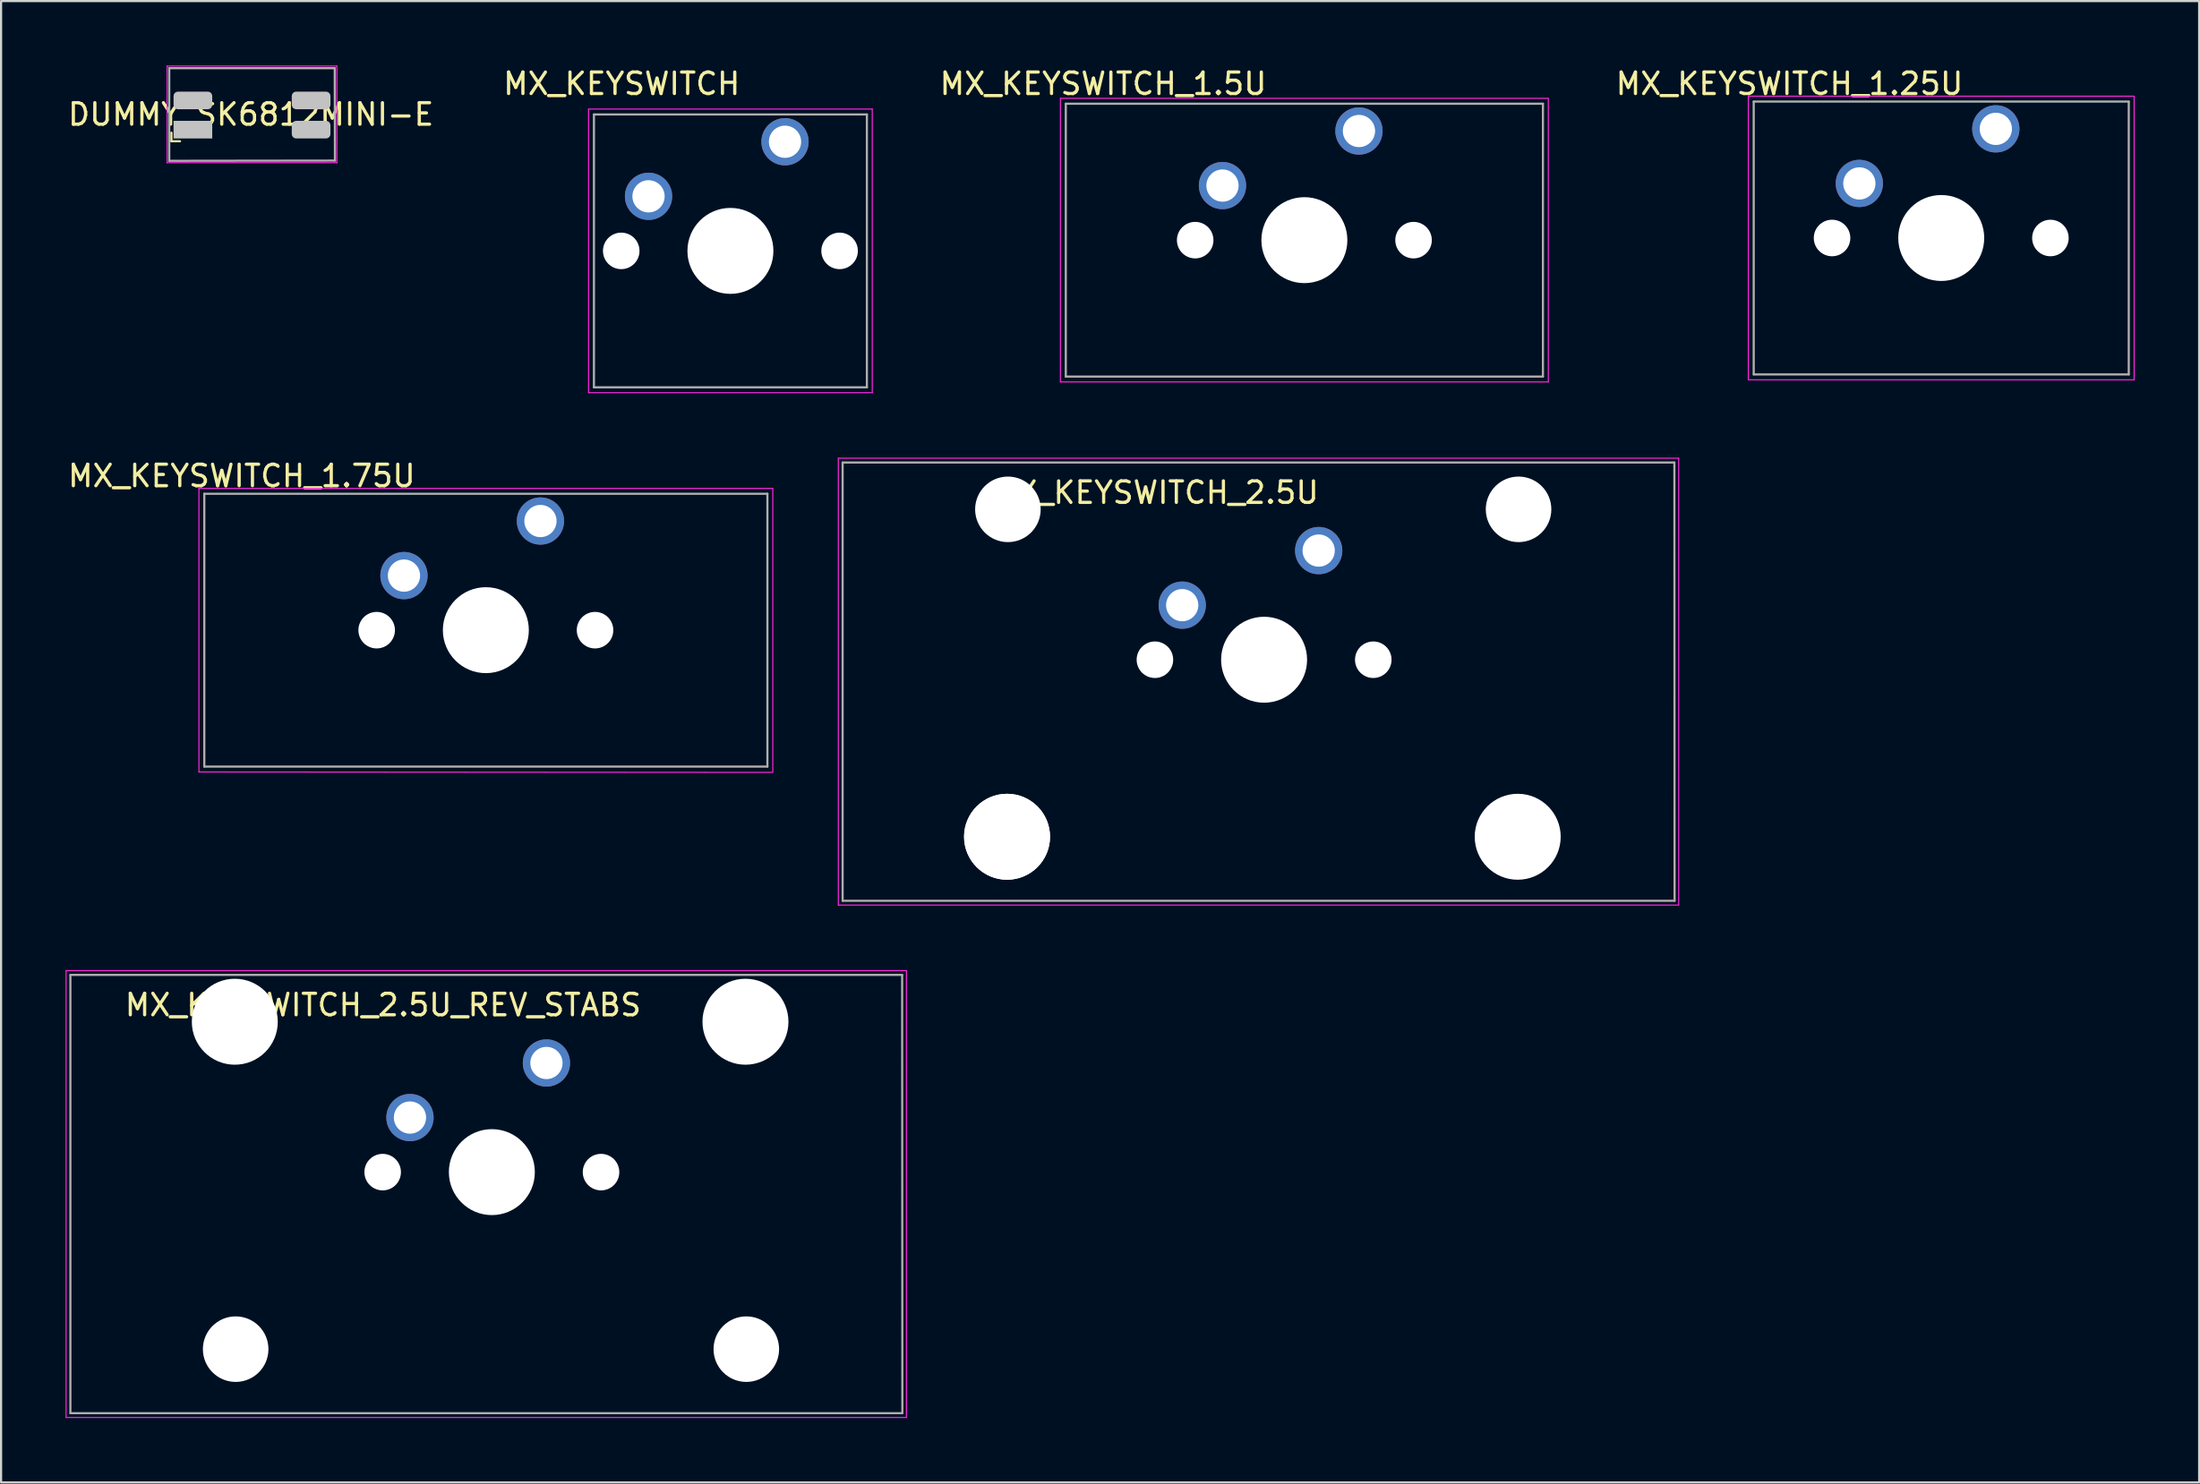
<source format=kicad_pcb>
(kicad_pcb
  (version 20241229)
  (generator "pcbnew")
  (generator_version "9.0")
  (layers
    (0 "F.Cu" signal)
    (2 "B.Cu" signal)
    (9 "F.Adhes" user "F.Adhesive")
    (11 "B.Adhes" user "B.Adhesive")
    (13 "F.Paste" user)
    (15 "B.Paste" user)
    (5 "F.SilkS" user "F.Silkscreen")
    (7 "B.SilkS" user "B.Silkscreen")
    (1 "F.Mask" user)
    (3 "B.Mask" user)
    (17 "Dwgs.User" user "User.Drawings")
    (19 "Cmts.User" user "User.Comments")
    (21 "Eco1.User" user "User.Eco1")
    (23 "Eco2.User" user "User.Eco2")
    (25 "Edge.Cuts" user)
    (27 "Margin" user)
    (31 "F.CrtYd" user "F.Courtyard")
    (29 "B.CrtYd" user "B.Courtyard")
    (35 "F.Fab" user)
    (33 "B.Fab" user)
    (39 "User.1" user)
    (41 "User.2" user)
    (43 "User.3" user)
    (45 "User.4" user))
  (footprint "MX_KEYSWITCH_2.5U"
    (layer "F.Cu")
    (at 55.706 27.678)
    (property "Reference" "MX_KEYSWITCH_2.5U" (at -5 -7.8 0) (layer "F.SilkS") (effects (font (size 1 1) (thickness 0.15))))
    (attr through_hole)
    (fp_line (start -19.75 -9.4) (end 19.35 -9.4) (stroke (width 0.05) (type solid)) (layer "F.CrtYd"))
    (fp_line (start -19.75 11.4) (end -19.75 -9.4) (stroke (width 0.05) (type solid)) (layer "F.CrtYd"))
    (fp_line (start 19.35 -9.4) (end 19.35 11.4) (stroke (width 0.05) (type solid)) (layer "F.CrtYd"))
    (fp_line (start 19.35 11.4) (end -19.75 11.4) (stroke (width 0.05) (type solid)) (layer "F.CrtYd"))
    (fp_line (start -19.55 -9.2) (end 19.15 -9.2) (stroke (width 0.1) (type solid)) (layer "F.Fab"))
    (fp_line (start -19.55 11.2) (end -19.55 -9.2) (stroke (width 0.1) (type solid)) (layer "F.Fab"))
    (fp_line (start 19.15 -9.2) (end 19.16 11.2) (stroke (width 0.1) (type solid)) (layer "F.Fab"))
    (fp_line (start 19.16 11.2) (end -19.55 11.2) (stroke (width 0.1) (type solid)) (layer "F.Fab"))
    (pad "" np_thru_hole circle (at -11.9 8.22) (size 4 4) (drill 4) (layers "*.Cu" "*.Mask"))
    (pad "" np_thru_hole circle (at -11.9 8.22) (size 4 4) (drill 4) (layers "*.Cu" "*.Mask"))
    (pad "" np_thru_hole circle (at -11.86 -7.02) (size 3.05 3.05) (drill 3.05) (layers "*.Cu" "*.Mask"))
    (pad "" np_thru_hole circle (at -5.02 -0.02) (size 1.7 1.7) (drill 1.7) (layers "*.Cu" "*.Mask"))
    (pad "" np_thru_hole circle (at 0.06 -0.02) (size 4 4) (drill 4) (layers "*.Cu" "*.Mask"))
    (pad "" np_thru_hole circle (at 5.14 -0.02) (size 1.7 1.7) (drill 1.7) (layers "*.Cu" "*.Mask"))
    (pad "" np_thru_hole circle (at 11.86 8.22) (size 4 4) (drill 4) (layers "*.Cu" "*.Mask"))
    (pad "" np_thru_hole circle (at 11.9 -7.02) (size 3.05 3.05) (drill 3.05) (layers "*.Cu" "*.Mask"))
    (pad "1" thru_hole circle (at 2.6 -5.1) (size 2.2 2.2) (drill 1.5) (layers "*.Cu" "*.Mask"))
    (pad "2" thru_hole circle (at -3.75 -2.56) (size 2.2 2.2) (drill 1.5) (layers "*.Cu" "*.Mask")))
  (footprint "MX_KEYSWITCH_1.75U"
    (layer "F.Cu")
    (at 19.496 26.302)
    (property "Reference" "MX_KEYSWITCH_1.75U" (at -11.3 -7.2 0) (layer "F.SilkS") (effects (font (size 1 1) (thickness 0.15))))
    (attr through_hole)
    (fp_line (start -13.29 -6.62) (end 13.4 -6.62) (stroke (width 0.05) (type solid)) (layer "F.CrtYd"))
    (fp_line (start -13.29 6.58) (end -13.29 -6.62) (stroke (width 0.05) (type solid)) (layer "F.CrtYd"))
    (fp_line (start 13.4 6.6) (end -13.29 6.58) (stroke (width 0.05) (type solid)) (layer "F.CrtYd"))
    (fp_line (start 13.41 -6.62) (end 13.41 6.58) (stroke (width 0.05) (type solid)) (layer "F.CrtYd"))
    (fp_line (start -13.04 -6.37) (end 13.16 -6.37) (stroke (width 0.1) (type solid)) (layer "F.Fab"))
    (fp_line (start -13.04 6.33) (end -13.04 -6.37) (stroke (width 0.1) (type solid)) (layer "F.Fab"))
    (fp_line (start 13.16 -6.37) (end 13.16 6.33) (stroke (width 0.1) (type solid)) (layer "F.Fab"))
    (fp_line (start 13.16 6.33) (end -13.04 6.33) (stroke (width 0.1) (type solid)) (layer "F.Fab"))
    (pad "" np_thru_hole circle (at -5.02 -0.02) (size 1.7 1.7) (drill 1.7) (layers "*.Cu" "*.Mask"))
    (pad "" np_thru_hole circle (at 0.06 -0.02) (size 4 4) (drill 4) (layers "*.Cu" "*.Mask"))
    (pad "" np_thru_hole circle (at 5.14 -0.02) (size 1.7 1.7) (drill 1.7) (layers "*.Cu" "*.Mask"))
    (pad "1" thru_hole circle (at 2.6 -5.1) (size 2.2 2.2) (drill 1.5) (layers "*.Cu" "*.Mask"))
    (pad "2" thru_hole circle (at -3.75 -2.56) (size 2.2 2.2) (drill 1.5) (layers "*.Cu" "*.Mask")))
  (footprint "MX_KEYSWITCH_1.25U"
    (layer "F.Cu")
    (at 87.212 8.048)
    (property "Reference" "MX_KEYSWITCH_1.25U" (at -7 -7.2 0) (layer "F.SilkS") (effects (font (size 1 1) (thickness 0.15))))
    (attr through_hole)
    (fp_line (start -8.915 -6.62) (end 9.035 -6.62) (stroke (width 0.05) (type solid)) (layer "F.CrtYd"))
    (fp_line (start -8.915 6.58) (end -8.915 -6.62) (stroke (width 0.05) (type solid)) (layer "F.CrtYd"))
    (fp_line (start 9.035 -6.62) (end 9.035 6.58) (stroke (width 0.05) (type solid)) (layer "F.CrtYd"))
    (fp_line (start 9.035 6.58) (end -8.915 6.58) (stroke (width 0.05) (type solid)) (layer "F.CrtYd"))
    (fp_line (start -8.665 -6.37) (end 8.785 -6.37) (stroke (width 0.1) (type solid)) (layer "F.Fab"))
    (fp_line (start -8.665 6.33) (end -8.665 -6.37) (stroke (width 0.1) (type solid)) (layer "F.Fab"))
    (fp_line (start 8.785 -6.37) (end 8.785 6.33) (stroke (width 0.1) (type solid)) (layer "F.Fab"))
    (fp_line (start 8.785 6.33) (end -8.665 6.33) (stroke (width 0.1) (type solid)) (layer "F.Fab"))
    (pad "" np_thru_hole circle (at -5.02 -0.02) (size 1.7 1.7) (drill 1.7) (layers "*.Cu" "*.Mask"))
    (pad "" np_thru_hole circle (at 0.06 -0.02) (size 4 4) (drill 4) (layers "*.Cu" "*.Mask"))
    (pad "" np_thru_hole circle (at 5.14 -0.02) (size 1.7 1.7) (drill 1.7) (layers "*.Cu" "*.Mask"))
    (pad "1" thru_hole circle (at 2.6 -5.1) (size 2.2 2.2) (drill 1.5) (layers "*.Cu" "*.Mask"))
    (pad "2" thru_hole circle (at -3.75 -2.56) (size 2.2 2.2) (drill 1.5) (layers "*.Cu" "*.Mask")))
  (footprint "MX_KEYSWITCH_2.5U_REV_STABS"
    (layer "F.Cu")
    (at 19.775 51.528)
    (property "Reference" "MX_KEYSWITCH_2.5U_REV_STABS" (at -5 -7.8 0) (layer "F.SilkS") (effects (font (size 1 1) (thickness 0.15))))
    (attr through_hole)
    (fp_line (start -19.75 -9.4) (end 19.35 -9.4) (stroke (width 0.05) (type solid)) (layer "F.CrtYd"))
    (fp_line (start -19.75 11.4) (end -19.75 -9.4) (stroke (width 0.05) (type solid)) (layer "F.CrtYd"))
    (fp_line (start 19.35 -9.4) (end 19.35 11.4) (stroke (width 0.05) (type solid)) (layer "F.CrtYd"))
    (fp_line (start 19.35 11.4) (end -19.75 11.4) (stroke (width 0.05) (type solid)) (layer "F.CrtYd"))
    (fp_line (start -19.55 -9.2) (end 19.15 -9.2) (stroke (width 0.1) (type solid)) (layer "F.Fab"))
    (fp_line (start -19.55 11.2) (end -19.55 -9.2) (stroke (width 0.1) (type solid)) (layer "F.Fab"))
    (fp_line (start 19.15 -9.2) (end 19.16 11.2) (stroke (width 0.1) (type solid)) (layer "F.Fab"))
    (fp_line (start 19.16 11.2) (end -19.55 11.2) (stroke (width 0.1) (type solid)) (layer "F.Fab"))
    (pad "" np_thru_hole circle (at -11.9 -7.02) (size 4 4) (drill 4) (layers "*.Cu" "*.Mask"))
    (pad "" np_thru_hole circle (at -11.86 8.22) (size 3.05 3.05) (drill 3.05) (layers "*.Cu" "*.Mask"))
    (pad "" np_thru_hole circle (at -5.02 -0.02) (size 1.7 1.7) (drill 1.7) (layers "*.Cu" "*.Mask"))
    (pad "" np_thru_hole circle (at 0.06 -0.02) (size 4 4) (drill 4) (layers "*.Cu" "*.Mask"))
    (pad "" np_thru_hole circle (at 5.14 -0.02) (size 1.7 1.7) (drill 1.7) (layers "*.Cu" "*.Mask"))
    (pad "" np_thru_hole circle (at 11.86 -7.02) (size 4 4) (drill 4) (layers "*.Cu" "*.Mask"))
    (pad "" np_thru_hole circle (at 11.9 8.22) (size 3.05 3.05) (drill 3.05) (layers "*.Cu" "*.Mask"))
    (pad "1" thru_hole circle (at 2.6 -5.1) (size 2.2 2.2) (drill 1.5) (layers "*.Cu" "*.Mask"))
    (pad "2" thru_hole circle (at -3.75 -2.56) (size 2.2 2.2) (drill 1.5) (layers "*.Cu" "*.Mask")))
  (footprint "DUMMY_SK6812MINI-E"
    (layer "F.Cu")
    (at 8.625 2.275)
    (property "Reference" "DUMMY_SK6812MINI-E" (at 0 0 0) (layer "F.SilkS") (effects (font (size 1 1) (thickness 0.15))))
    (attr through_hole)
    (fp_line (start -3.7 1.25) (end -3.7 0.85) (stroke (width 0.1) (type solid)) (layer "F.SilkS"))
    (fp_line (start -3.3 1.25) (end -3.7 1.25) (stroke (width 0.1) (type solid)) (layer "F.SilkS"))
    (fp_line (start -3.9 -2.25) (end 4 -2.25) (stroke (width 0.05) (type solid)) (layer "F.CrtYd"))
    (fp_line (start -3.9 2.25) (end -3.9 -2.25) (stroke (width 0.05) (type solid)) (layer "F.CrtYd"))
    (fp_line (start 4 -2.25) (end 4 2.25) (stroke (width 0.05) (type solid)) (layer "F.CrtYd"))
    (fp_line (start 4 2.25) (end -3.9 2.25) (stroke (width 0.05) (type solid)) (layer "F.CrtYd"))
    (fp_line (start -3.8 -2.15) (end 3.9 -2.15) (stroke (width 0.1) (type solid)) (layer "F.Fab"))
    (fp_line (start -3.8 2.16) (end -3.8 -2.15) (stroke (width 0.1) (type solid)) (layer "F.Fab"))
    (fp_line (start 3.9 -2.15) (end 3.91 2.15) (stroke (width 0.1) (type solid)) (layer "F.Fab"))
    (fp_line (start 3.91 2.15) (end -3.8 2.16) (stroke (width 0.1) (type solid)) (layer "F.Fab"))
    (pad "" smd roundrect (at -2.7 -0.65) (size 1.8 0.82) (layers "Dwgs.User") (roundrect_rratio 0.25))
    (pad "" smd rect (at -2.7 0.71) (size 1.8 0.82) (layers "Dwgs.User"))
    (pad "" smd roundrect (at 2.8 -0.65) (size 1.8 0.82) (layers "Dwgs.User") (roundrect_rratio 0.25))
    (pad "" smd roundrect (at 2.8 0.71) (size 1.8 0.82) (layers "Dwgs.User") (roundrect_rratio 0.25)))
  (footprint "MX_KEYSWITCH_1.5U"
    (layer "F.Cu")
    (at 57.58 8.148)
    (property "Reference" "MX_KEYSWITCH_1.5U" (at -9.3 -7.3 0) (layer "F.SilkS") (effects (font (size 1 1) (thickness 0.15))))
    (attr through_hole)
    (fp_line (start -11.29 -6.62) (end 11.4 -6.62) (stroke (width 0.05) (type solid)) (layer "F.CrtYd"))
    (fp_line (start -11.29 6.58) (end -11.29 -6.62) (stroke (width 0.05) (type solid)) (layer "F.CrtYd"))
    (fp_line (start 11.41 -6.62) (end 11.41 6.58) (stroke (width 0.05) (type solid)) (layer "F.CrtYd"))
    (fp_line (start 11.41 6.58) (end -11.29 6.58) (stroke (width 0.05) (type solid)) (layer "F.CrtYd"))
    (fp_line (start -11.04 -6.37) (end 11.16 -6.37) (stroke (width 0.1) (type solid)) (layer "F.Fab"))
    (fp_line (start -11.04 6.33) (end -11.04 -6.37) (stroke (width 0.1) (type solid)) (layer "F.Fab"))
    (fp_line (start 11.16 -6.37) (end 11.16 6.33) (stroke (width 0.1) (type solid)) (layer "F.Fab"))
    (fp_line (start 11.16 6.33) (end -11.04 6.33) (stroke (width 0.1) (type solid)) (layer "F.Fab"))
    (pad "" np_thru_hole circle (at -5.02 -0.02) (size 1.7 1.7) (drill 1.7) (layers "*.Cu" "*.Mask"))
    (pad "" np_thru_hole circle (at 0.06 -0.02) (size 4 4) (drill 4) (layers "*.Cu" "*.Mask"))
    (pad "" np_thru_hole circle (at 5.14 -0.02) (size 1.7 1.7) (drill 1.7) (layers "*.Cu" "*.Mask"))
    (pad "1" thru_hole circle (at 2.6 -5.1) (size 2.2 2.2) (drill 1.5) (layers "*.Cu" "*.Mask"))
    (pad "2" thru_hole circle (at -3.75 -2.56) (size 2.2 2.2) (drill 1.5) (layers "*.Cu" "*.Mask")))
  (footprint "MX_KEYSWITCH"
    (layer "F.Cu")
    (at 30.875 8.648)
    (property "Reference" "MX_KEYSWITCH" (at -5 -7.8 0) (layer "F.SilkS") (effects (font (size 1 1) (thickness 0.15))))
    (attr through_hole)
    (fp_line (start -6.54 -6.62) (end 6.66 -6.62) (stroke (width 0.05) (type solid)) (layer "F.CrtYd"))
    (fp_line (start -6.54 6.58) (end -6.54 -6.62) (stroke (width 0.05) (type solid)) (layer "F.CrtYd"))
    (fp_line (start 6.66 -6.62) (end 6.66 6.58) (stroke (width 0.05) (type solid)) (layer "F.CrtYd"))
    (fp_line (start 6.66 6.58) (end -6.54 6.58) (stroke (width 0.05) (type solid)) (layer "F.CrtYd"))
    (fp_line (start -6.29 -6.37) (end 6.41 -6.37) (stroke (width 0.1) (type solid)) (layer "F.Fab"))
    (fp_line (start -6.29 6.33) (end -6.29 -6.37) (stroke (width 0.1) (type solid)) (layer "F.Fab"))
    (fp_line (start 6.41 -6.37) (end 6.41 6.33) (stroke (width 0.1) (type solid)) (layer "F.Fab"))
    (fp_line (start 6.41 6.33) (end -6.29 6.33) (stroke (width 0.1) (type solid)) (layer "F.Fab"))
    (pad "" np_thru_hole circle (at -5.02 -0.02) (size 1.7 1.7) (drill 1.7) (layers "*.Cu" "*.Mask"))
    (pad "" np_thru_hole circle (at 0.06 -0.02) (size 4 4) (drill 4) (layers "*.Cu" "*.Mask"))
    (pad "" np_thru_hole circle (at 5.14 -0.02) (size 1.7 1.7) (drill 1.7) (layers "*.Cu" "*.Mask"))
    (pad "1" thru_hole circle (at 2.6 -5.1) (size 2.2 2.2) (drill 1.5) (layers "*.Cu" "*.Mask"))
    (pad "2" thru_hole circle (at -3.75 -2.56) (size 2.2 2.2) (drill 1.5) (layers "*.Cu" "*.Mask")))
  (gr_rect
    (start -3 -3)
    (end 99.272 65.953)
    (stroke (width 0.1) (type default))
    (fill no)
    (layer "Edge.Cuts")))
</source>
